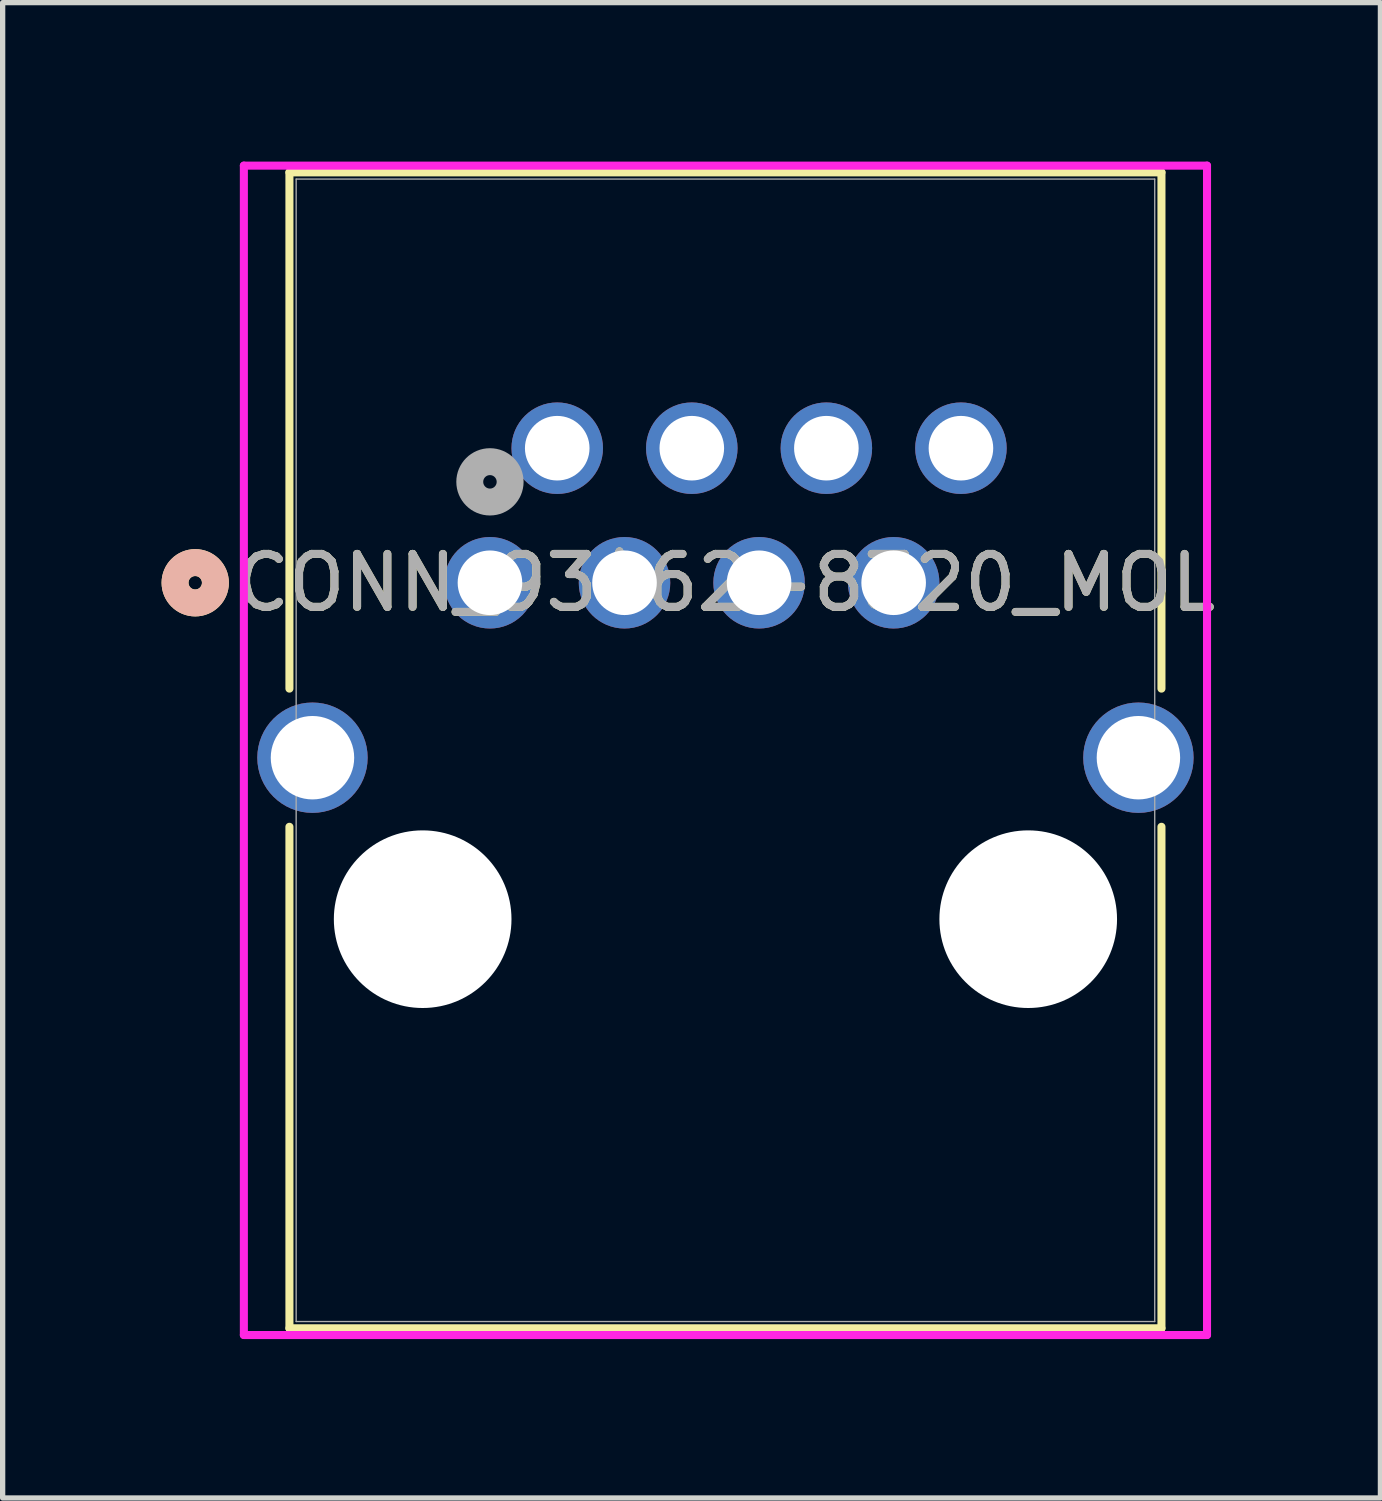
<source format=kicad_pcb>
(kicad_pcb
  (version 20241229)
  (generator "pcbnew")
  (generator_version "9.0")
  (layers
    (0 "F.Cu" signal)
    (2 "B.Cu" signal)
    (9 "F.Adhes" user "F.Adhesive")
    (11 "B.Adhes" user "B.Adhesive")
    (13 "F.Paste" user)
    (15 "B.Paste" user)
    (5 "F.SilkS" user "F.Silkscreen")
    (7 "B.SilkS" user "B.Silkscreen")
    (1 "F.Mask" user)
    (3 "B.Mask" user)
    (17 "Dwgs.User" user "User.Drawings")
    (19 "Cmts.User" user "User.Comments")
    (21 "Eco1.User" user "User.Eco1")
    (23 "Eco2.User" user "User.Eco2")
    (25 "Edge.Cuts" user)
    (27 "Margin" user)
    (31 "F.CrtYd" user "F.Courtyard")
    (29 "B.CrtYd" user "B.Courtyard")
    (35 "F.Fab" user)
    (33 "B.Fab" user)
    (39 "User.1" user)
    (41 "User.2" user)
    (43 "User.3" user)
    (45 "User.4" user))
  (footprint "CONN_93462-8320_MOL"
    (layer "F.Cu")
    (at 6.198 7.95)
    (property "Reference" "CONN_93462-8320_MOL" (at 4.445 0 0) (unlocked yes) (layer "F.SilkS") (effects (font (size 1 1) (thickness 0.15))))
    (attr through_hole)
    (fp_line (start -3.785 -7.747) (end -3.785 1.998) (stroke (width 0.152) (type solid)) (layer "F.SilkS"))
    (fp_line (start -3.785 4.606) (end -3.785 14.072) (stroke (width 0.152) (type solid)) (layer "F.SilkS"))
    (fp_line (start -3.785 14.072) (end 12.675 14.072) (stroke (width 0.152) (type solid)) (layer "F.SilkS"))
    (fp_line (start 12.675 -7.747) (end -3.785 -7.747) (stroke (width 0.152) (type solid)) (layer "F.SilkS"))
    (fp_line (start 12.675 1.998) (end 12.675 -7.747) (stroke (width 0.152) (type solid)) (layer "F.SilkS"))
    (fp_line (start 12.675 14.072) (end 12.675 4.606) (stroke (width 0.152) (type solid)) (layer "F.SilkS"))
    (fp_circle (center -5.563 0) (end -5.182 0) (stroke (width 0.508) (type solid)) (fill no) (layer "F.SilkS"))
    (fp_circle (center -5.563 0) (end -5.182 0) (stroke (width 0.508) (type solid)) (fill no) (layer "B.SilkS"))
    (fp_line (start -4.645 -7.874) (end -4.645 14.199) (stroke (width 0.152) (type solid)) (layer "F.CrtYd"))
    (fp_line (start -4.645 14.199) (end 13.535 14.199) (stroke (width 0.152) (type solid)) (layer "F.CrtYd"))
    (fp_line (start 13.535 -7.874) (end -4.645 -7.874) (stroke (width 0.152) (type solid)) (layer "F.CrtYd"))
    (fp_line (start 13.535 14.199) (end 13.535 -7.874) (stroke (width 0.152) (type solid)) (layer "F.CrtYd"))
    (fp_line (start -3.658 -7.62) (end -3.658 13.945) (stroke (width 0.025) (type solid)) (layer "F.Fab"))
    (fp_line (start -3.658 13.945) (end 12.548 13.945) (stroke (width 0.025) (type solid)) (layer "F.Fab"))
    (fp_line (start 12.548 -7.62) (end -3.658 -7.62) (stroke (width 0.025) (type solid)) (layer "F.Fab"))
    (fp_line (start 12.548 13.945) (end 12.548 -7.62) (stroke (width 0.025) (type solid)) (layer "F.Fab"))
    (fp_circle (center 0 -1.905) (end 0.381 -1.905) (stroke (width 0.508) (type solid)) (fill no) (layer "F.Fab"))
    (fp_text user "${REFERENCE}" (at 4.445 0 0) (unlocked yes) (layer "F.Fab") (effects (font (size 1 1) (thickness 0.15))))
    (pad "" np_thru_hole circle (at -1.27 6.35) (size 3.353 3.353) (drill 3.353) (layers "*.Cu" "*.Mask"))
    (pad "" np_thru_hole circle (at 10.16 6.35) (size 3.353 3.353) (drill 3.353) (layers "*.Cu" "*.Mask"))
    (pad "1" thru_hole circle (at 0 0) (size 1.727 1.727) (drill 1.219) (layers "*.Cu" "*.Mask"))
    (pad "2" thru_hole circle (at 1.27 -2.54) (size 1.727 1.727) (drill 1.219) (layers "*.Cu" "*.Mask"))
    (pad "3" thru_hole circle (at 2.54 0) (size 1.727 1.727) (drill 1.219) (layers "*.Cu" "*.Mask"))
    (pad "4" thru_hole circle (at 3.81 -2.54) (size 1.727 1.727) (drill 1.219) (layers "*.Cu" "*.Mask"))
    (pad "5" thru_hole circle (at 5.08 0) (size 1.727 1.727) (drill 1.219) (layers "*.Cu" "*.Mask"))
    (pad "6" thru_hole circle (at 6.35 -2.54) (size 1.727 1.727) (drill 1.219) (layers "*.Cu" "*.Mask"))
    (pad "7" thru_hole circle (at 7.62 0) (size 1.727 1.727) (drill 1.219) (layers "*.Cu" "*.Mask"))
    (pad "8" thru_hole circle (at 8.89 -2.54) (size 1.727 1.727) (drill 1.219) (layers "*.Cu" "*.Mask"))
    (pad "11" thru_hole circle (at -3.35 3.302) (size 2.083 2.083) (drill 1.575) (layers "*.Cu" "*.Mask"))
    (pad "12" thru_hole circle (at 12.24 3.302) (size 2.083 2.083) (drill 1.575) (layers "*.Cu" "*.Mask")))
  (gr_rect
    (start -3 -3)
    (end 23.006 25.225)
    (stroke (width 0.1) (type default))
    (fill no)
    (layer "Edge.Cuts")))
</source>
